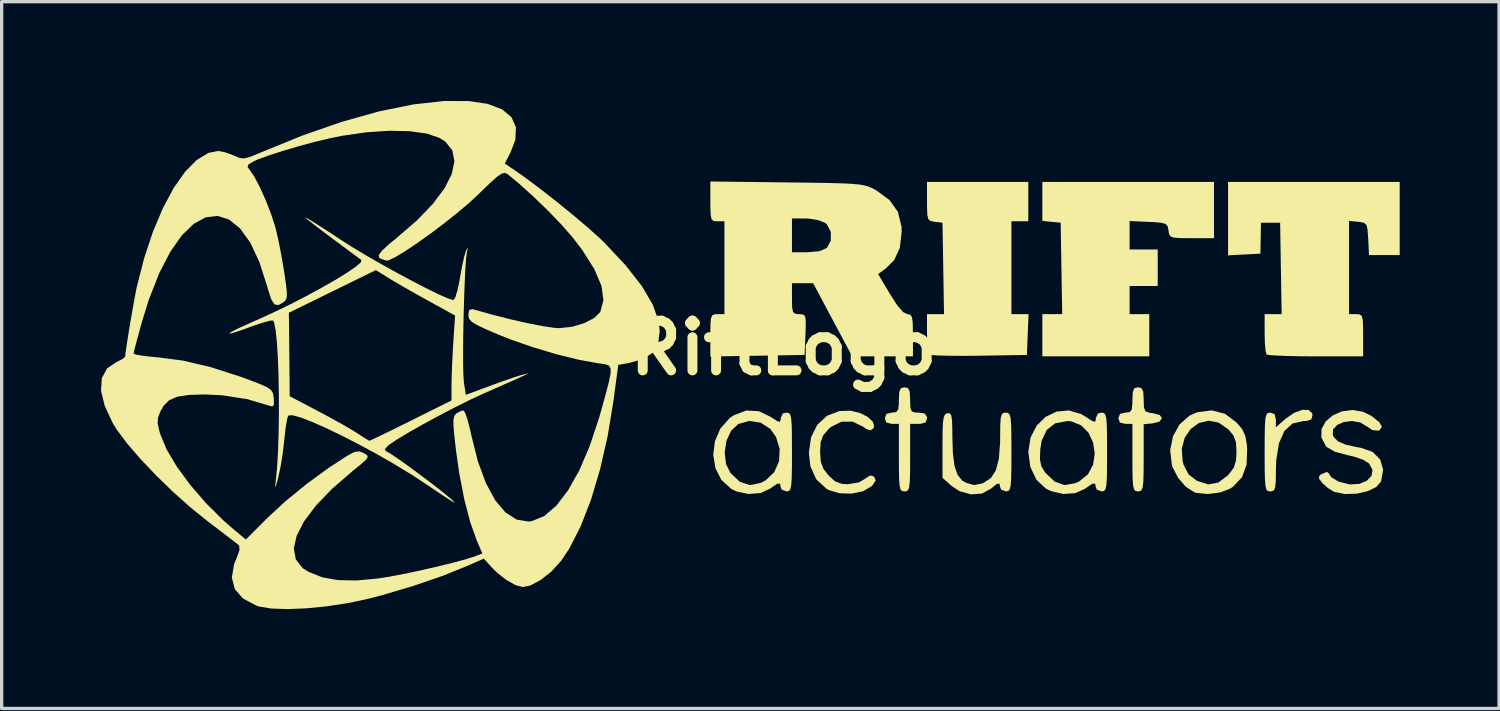
<source format=kicad_pcb>
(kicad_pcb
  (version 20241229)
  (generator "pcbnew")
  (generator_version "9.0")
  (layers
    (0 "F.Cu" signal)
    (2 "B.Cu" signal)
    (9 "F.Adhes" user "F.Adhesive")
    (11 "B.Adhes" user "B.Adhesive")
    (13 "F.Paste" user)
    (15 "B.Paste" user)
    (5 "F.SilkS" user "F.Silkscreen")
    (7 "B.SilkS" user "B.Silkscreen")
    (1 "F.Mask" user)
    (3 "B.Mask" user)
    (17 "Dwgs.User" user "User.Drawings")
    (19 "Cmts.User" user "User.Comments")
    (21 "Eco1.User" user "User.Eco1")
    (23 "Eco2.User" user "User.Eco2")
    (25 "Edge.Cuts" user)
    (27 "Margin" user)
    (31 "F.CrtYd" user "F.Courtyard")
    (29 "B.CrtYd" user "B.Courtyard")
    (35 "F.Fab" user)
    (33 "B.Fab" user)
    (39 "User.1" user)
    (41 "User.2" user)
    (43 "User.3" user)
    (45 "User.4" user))
  (footprint "RiftLogo"
    (layer "F.Cu")
    (at 20.606 7.454)
    (property "Reference" "RiftLogo" (at 0 0 0) (layer "F.SilkS") (effects (font (size 1.5 1.5) (thickness 0.3))))
    (attr board_only exclude_from_pos_files exclude_from_bom)
    (fp_poly (pts (xy 7.391 -4.417) (xy 7.391 -3.823) (xy 7.136 -3.823) (xy 6.881 -3.823) (xy 6.881 -2.421) (xy 6.881 -1.019) (xy 7.14 -1.019) (xy 7.398 -1.019) (xy 7.373 -0.404) (xy 7.348 0.212) (xy 5.899 0.236) (xy 5.419 0.24) (xy 4.999 0.237) (xy 4.668 0.229) (xy 4.456 0.215) (xy 4.391 0.2) (xy 4.362 0.091) (xy 4.341 -0.138) (xy 4.332 -0.438) (xy 4.332 -0.439) (xy 4.332 -1.019) (xy 4.589 -1.019) (xy 4.846 -1.019) (xy 4.823 -2.4) (xy 4.8 -3.78) (xy 4.566 -3.807) (xy 4.444 -3.829) (xy 4.374 -3.885) (xy 4.342 -4.014) (xy 4.333 -4.255) (xy 4.332 -4.423) (xy 4.332 -5.012) (xy 5.862 -5.012) (xy 7.391 -5.012)) (stroke (width 0) (type solid)) (fill yes) (layer "F.SilkS"))
    (fp_poly (pts (xy 15.852 1.874) (xy 15.959 1.971) (xy 15.971 2.039) (xy 15.935 2.158) (xy 15.799 2.205) (xy 15.688 2.209) (xy 15.366 2.284) (xy 15.122 2.508) (xy 14.959 2.879) (xy 14.876 3.393) (xy 14.866 3.701) (xy 14.862 4.025) (xy 14.844 4.214) (xy 14.801 4.305) (xy 14.725 4.332) (xy 14.696 4.332) (xy 14.629 4.324) (xy 14.582 4.28) (xy 14.553 4.175) (xy 14.536 3.982) (xy 14.528 3.677) (xy 14.526 3.232) (xy 14.526 3.143) (xy 14.528 2.673) (xy 14.534 2.346) (xy 14.549 2.137) (xy 14.576 2.019) (xy 14.62 1.967) (xy 14.684 1.954) (xy 14.696 1.954) (xy 14.828 2.001) (xy 14.866 2.168) (xy 14.866 2.175) (xy 14.866 2.396) (xy 15.167 2.133) (xy 15.418 1.959) (xy 15.659 1.871)) (stroke (width 0) (type solid)) (fill yes) (layer "F.SilkS"))
    (fp_poly (pts (xy 10.81 1.215) (xy 10.861 1.32) (xy 10.874 1.548) (xy 10.874 1.566) (xy 10.882 1.8) (xy 10.929 1.914) (xy 11.049 1.958) (xy 11.15 1.97) (xy 11.361 2.027) (xy 11.426 2.124) (xy 11.347 2.229) (xy 11.15 2.278) (xy 10.874 2.304) (xy 10.874 3.318) (xy 10.872 3.747) (xy 10.864 4.035) (xy 10.844 4.209) (xy 10.809 4.297) (xy 10.753 4.329) (xy 10.704 4.332) (xy 10.632 4.322) (xy 10.584 4.274) (xy 10.555 4.158) (xy 10.54 3.947) (xy 10.534 3.613) (xy 10.534 3.313) (xy 10.534 2.294) (xy 10.321 2.294) (xy 10.155 2.254) (xy 10.109 2.124) (xy 10.159 1.991) (xy 10.321 1.954) (xy 10.452 1.938) (xy 10.515 1.86) (xy 10.533 1.675) (xy 10.534 1.572) (xy 10.545 1.333) (xy 10.591 1.22) (xy 10.691 1.189) (xy 10.704 1.189)) (stroke (width 0) (type solid)) (fill yes) (layer "F.SilkS"))
    (fp_poly (pts (xy 3.759 1.214) (xy 3.809 1.318) (xy 3.823 1.544) (xy 3.823 1.572) (xy 3.83 1.807) (xy 3.873 1.918) (xy 3.981 1.952) (xy 4.078 1.954) (xy 4.264 1.981) (xy 4.33 2.08) (xy 4.332 2.124) (xy 4.292 2.248) (xy 4.143 2.292) (xy 4.078 2.294) (xy 3.823 2.294) (xy 3.823 3.313) (xy 3.821 3.743) (xy 3.813 4.032) (xy 3.794 4.207) (xy 3.759 4.297) (xy 3.703 4.329) (xy 3.653 4.332) (xy 3.581 4.322) (xy 3.533 4.274) (xy 3.504 4.158) (xy 3.489 3.947) (xy 3.484 3.613) (xy 3.483 3.313) (xy 3.483 2.294) (xy 3.271 2.294) (xy 3.104 2.254) (xy 3.058 2.124) (xy 3.108 1.991) (xy 3.271 1.954) (xy 3.402 1.938) (xy 3.464 1.86) (xy 3.482 1.675) (xy 3.483 1.572) (xy 3.494 1.333) (xy 3.54 1.22) (xy 3.641 1.189) (xy 3.653 1.189)) (stroke (width 0) (type solid)) (fill yes) (layer "F.SilkS"))
    (fp_poly (pts (xy 12.997 -4.163) (xy 12.997 -3.313) (xy 12.323 -3.313) (xy 11.988 -3.315) (xy 11.786 -3.329) (xy 11.682 -3.368) (xy 11.638 -3.443) (xy 11.623 -3.547) (xy 11.599 -3.671) (xy 11.538 -3.743) (xy 11.401 -3.78) (xy 11.147 -3.8) (xy 11.022 -3.805) (xy 10.449 -3.831) (xy 10.449 -3.402) (xy 10.449 -2.973) (xy 10.874 -2.973) (xy 11.298 -2.973) (xy 11.298 -2.421) (xy 11.298 -1.869) (xy 10.874 -1.869) (xy 10.449 -1.869) (xy 10.449 -1.444) (xy 10.449 -1.019) (xy 10.746 -1.019) (xy 11.043 -1.019) (xy 11.043 -0.382) (xy 11.043 0.255) (xy 9.429 0.255) (xy 7.815 0.255) (xy 7.815 -0.382) (xy 7.815 -1.019) (xy 8.115 -1.019) (xy 8.414 -1.019) (xy 8.391 -2.4) (xy 8.368 -3.78) (xy 8.091 -3.807) (xy 7.815 -3.834) (xy 7.815 -4.423) (xy 7.815 -5.012) (xy 10.406 -5.012) (xy 12.997 -5.012)) (stroke (width 0) (type solid)) (fill yes) (layer "F.SilkS"))
    (fp_poly (pts (xy 2.305 1.962) (xy 2.541 2.082) (xy 2.696 2.228) (xy 2.737 2.374) (xy 2.708 2.434) (xy 2.616 2.493) (xy 2.489 2.443) (xy 2.4 2.377) (xy 2.083 2.225) (xy 1.747 2.229) (xy 1.431 2.387) (xy 1.353 2.457) (xy 1.196 2.644) (xy 1.123 2.842) (xy 1.104 3.129) (xy 1.104 3.135) (xy 1.125 3.435) (xy 1.206 3.652) (xy 1.351 3.841) (xy 1.554 4.028) (xy 1.764 4.106) (xy 1.938 4.116) (xy 2.272 4.062) (xy 2.459 3.954) (xy 2.611 3.851) (xy 2.72 3.877) (xy 2.738 3.894) (xy 2.783 3.997) (xy 2.7 4.132) (xy 2.656 4.177) (xy 2.403 4.327) (xy 2.061 4.399) (xy 1.694 4.389) (xy 1.367 4.293) (xy 1.3 4.256) (xy 0.988 3.967) (xy 0.811 3.574) (xy 0.765 3.167) (xy 0.832 2.698) (xy 1.021 2.319) (xy 1.314 2.049) (xy 1.69 1.906) (xy 2.023 1.896)) (stroke (width 0) (type solid)) (fill yes) (layer "F.SilkS"))
    (fp_poly (pts (xy 18.604 -3.908) (xy 18.604 -2.803) (xy 18.141 -2.803) (xy 17.678 -2.803) (xy 17.653 -3.292) (xy 17.634 -3.567) (xy 17.598 -3.715) (xy 17.519 -3.78) (xy 17.372 -3.805) (xy 17.351 -3.807) (xy 17.075 -3.834) (xy 17.075 -2.426) (xy 17.075 -1.019) (xy 17.287 -1.019) (xy 17.395 -1.011) (xy 17.459 -0.964) (xy 17.489 -0.841) (xy 17.499 -0.606) (xy 17.5 -0.382) (xy 17.5 0.255) (xy 16.07 0.255) (xy 15.593 0.252) (xy 15.177 0.243) (xy 14.851 0.229) (xy 14.643 0.212) (xy 14.583 0.198) (xy 14.555 0.09) (xy 14.534 -0.138) (xy 14.526 -0.437) (xy 14.526 -0.439) (xy 14.526 -1.019) (xy 14.783 -1.019) (xy 15.04 -1.019) (xy 15.017 -2.4) (xy 14.994 -3.78) (xy 14.704 -3.78) (xy 14.415 -3.78) (xy 14.407 -3.313) (xy 14.399 -2.846) (xy 13.911 -2.82) (xy 13.422 -2.795) (xy 13.422 -3.903) (xy 13.422 -5.012) (xy 16.013 -5.012) (xy 18.604 -5.012)) (stroke (width 0) (type solid)) (fill yes) (layer "F.SilkS"))
    (fp_poly (pts (xy 13.327 1.989) (xy 13.677 2.251) (xy 13.85 2.455) (xy 13.944 2.658) (xy 13.99 2.934) (xy 13.999 3.044) (xy 13.981 3.528) (xy 13.843 3.903) (xy 13.577 4.187) (xy 13.482 4.251) (xy 13.176 4.366) (xy 12.806 4.411) (xy 12.464 4.377) (xy 12.403 4.358) (xy 12.145 4.192) (xy 11.91 3.918) (xy 11.744 3.594) (xy 11.725 3.532) (xy 11.674 3.09) (xy 11.684 3.043) (xy 12.024 3.043) (xy 12.051 3.422) (xy 12.081 3.53) (xy 12.232 3.822) (xy 12.485 4.014) (xy 12.488 4.016) (xy 12.824 4.121) (xy 13.125 4.067) (xy 13.415 3.849) (xy 13.443 3.818) (xy 13.594 3.617) (xy 13.663 3.397) (xy 13.677 3.135) (xy 13.659 2.846) (xy 13.587 2.647) (xy 13.432 2.46) (xy 13.429 2.457) (xy 13.133 2.254) (xy 12.829 2.198) (xy 12.541 2.268) (xy 12.294 2.446) (xy 12.114 2.71) (xy 12.024 3.043) (xy 11.684 3.043) (xy 11.758 2.67) (xy 11.958 2.31) (xy 12.258 2.045) (xy 12.484 1.945) (xy 12.929 1.886)) (stroke (width 0) (type solid)) (fill yes) (layer "F.SilkS"))
    (fp_poly (pts (xy 6.778 1.963) (xy 6.825 2.007) (xy 6.855 2.112) (xy 6.872 2.304) (xy 6.879 2.61) (xy 6.881 3.055) (xy 6.881 3.143) (xy 6.88 3.614) (xy 6.873 3.941) (xy 6.858 4.15) (xy 6.831 4.267) (xy 6.787 4.32) (xy 6.724 4.332) (xy 6.711 4.332) (xy 6.573 4.279) (xy 6.541 4.205) (xy 6.518 4.095) (xy 6.434 4.109) (xy 6.267 4.247) (xy 5.992 4.397) (xy 5.657 4.422) (xy 5.316 4.327) (xy 5.077 4.17) (xy 4.8 3.922) (xy 4.8 2.961) (xy 4.802 2.54) (xy 4.814 2.26) (xy 4.838 2.092) (xy 4.879 2.006) (xy 4.942 1.972) (xy 4.948 1.971) (xy 5.021 1.974) (xy 5.066 2.04) (xy 5.089 2.2) (xy 5.097 2.486) (xy 5.097 2.648) (xy 5.113 3.181) (xy 5.164 3.57) (xy 5.258 3.838) (xy 5.4 4.009) (xy 5.523 4.078) (xy 5.756 4.14) (xy 5.981 4.097) (xy 6.042 4.073) (xy 6.261 3.929) (xy 6.412 3.693) (xy 6.502 3.344) (xy 6.539 2.859) (xy 6.541 2.679) (xy 6.544 2.327) (xy 6.559 2.112) (xy 6.593 2) (xy 6.654 1.959) (xy 6.711 1.954)) (stroke (width 0) (type solid)) (fill yes) (layer "F.SilkS"))
    (fp_poly (pts (xy 17.5 1.929) (xy 17.748 2.052) (xy 17.987 2.242) (xy 18.069 2.382) (xy 17.998 2.48) (xy 17.957 2.498) (xy 17.779 2.482) (xy 17.624 2.376) (xy 17.411 2.25) (xy 17.163 2.207) (xy 16.918 2.237) (xy 16.715 2.326) (xy 16.591 2.462) (xy 16.586 2.634) (xy 16.617 2.697) (xy 16.745 2.824) (xy 16.968 2.92) (xy 17.319 2.998) (xy 17.441 3.018) (xy 17.788 3.141) (xy 18.014 3.369) (xy 18.104 3.675) (xy 18.042 4.031) (xy 17.895 4.201) (xy 17.63 4.328) (xy 17.299 4.402) (xy 16.95 4.412) (xy 16.634 4.347) (xy 16.608 4.337) (xy 16.423 4.221) (xy 16.271 4.082) (xy 16.165 3.942) (xy 16.178 3.858) (xy 16.229 3.819) (xy 16.404 3.743) (xy 16.478 3.799) (xy 16.48 3.827) (xy 16.551 3.913) (xy 16.728 4.018) (xy 16.795 4.048) (xy 17.099 4.123) (xy 17.379 4.106) (xy 17.606 4.015) (xy 17.751 3.868) (xy 17.783 3.684) (xy 17.683 3.493) (xy 17.514 3.384) (xy 17.233 3.284) (xy 17.032 3.238) (xy 16.643 3.133) (xy 16.401 2.993) (xy 16.374 2.964) (xy 16.238 2.701) (xy 16.245 2.448) (xy 16.369 2.22) (xy 16.583 2.037) (xy 16.861 1.916) (xy 17.175 1.874)) (stroke (width 0) (type solid)) (fill yes) (layer "F.SilkS"))
    (fp_poly (pts (xy -0.744 1.911) (xy -0.394 2.079) (xy -0.203 2.203) (xy -0.113 2.233) (xy -0.086 2.176) (xy -0.085 2.121) (xy -0.024 1.981) (xy 0.085 1.954) (xy 0.152 1.963) (xy 0.199 2.007) (xy 0.229 2.112) (xy 0.246 2.304) (xy 0.253 2.61) (xy 0.255 3.055) (xy 0.255 3.143) (xy 0.254 3.614) (xy 0.247 3.941) (xy 0.232 4.15) (xy 0.205 4.267) (xy 0.161 4.32) (xy 0.098 4.332) (xy 0.085 4.332) (xy -0.053 4.279) (xy -0.085 4.205) (xy -0.107 4.098) (xy -0.192 4.102) (xy -0.367 4.221) (xy -0.402 4.247) (xy -0.695 4.382) (xy -1.055 4.411) (xy -1.417 4.335) (xy -1.578 4.257) (xy -1.876 3.985) (xy -2.057 3.629) (xy -2.121 3.227) (xy -2.113 3.162) (xy -1.777 3.162) (xy -1.735 3.508) (xy -1.602 3.776) (xy -1.318 4.043) (xy -1.016 4.143) (xy -0.687 4.076) (xy -0.54 3.999) (xy -0.277 3.748) (xy -0.134 3.417) (xy -0.116 3.05) (xy -0.226 2.69) (xy -0.4 2.445) (xy -0.689 2.257) (xy -1.032 2.205) (xy -1.364 2.296) (xy -1.583 2.502) (xy -1.724 2.808) (xy -1.777 3.162) (xy -2.113 3.162) (xy -2.071 2.817) (xy -1.908 2.437) (xy -1.632 2.125) (xy -1.509 2.038) (xy -1.126 1.89)) (stroke (width 0) (type solid)) (fill yes) (layer "F.SilkS"))
    (fp_poly (pts (xy 8.99 1.999) (xy 9.111 2.071) (xy 9.305 2.198) (xy 9.399 2.232) (xy 9.428 2.179) (xy 9.429 2.121) (xy 9.491 1.981) (xy 9.599 1.954) (xy 9.667 1.963) (xy 9.713 2.007) (xy 9.743 2.112) (xy 9.76 2.304) (xy 9.767 2.61) (xy 9.769 3.055) (xy 9.769 3.143) (xy 9.768 3.614) (xy 9.762 3.941) (xy 9.747 4.15) (xy 9.719 4.267) (xy 9.676 4.32) (xy 9.612 4.332) (xy 9.599 4.332) (xy 9.461 4.279) (xy 9.429 4.205) (xy 9.407 4.098) (xy 9.322 4.102) (xy 9.147 4.221) (xy 9.113 4.247) (xy 8.814 4.384) (xy 8.449 4.41) (xy 8.079 4.326) (xy 7.916 4.245) (xy 7.633 3.976) (xy 7.452 3.594) (xy 7.421 3.365) (xy 7.741 3.365) (xy 7.782 3.568) (xy 7.889 3.747) (xy 7.904 3.766) (xy 8.186 4.037) (xy 8.483 4.141) (xy 8.811 4.084) (xy 8.931 4.029) (xy 9.195 3.813) (xy 9.348 3.522) (xy 9.396 3.192) (xy 9.347 2.86) (xy 9.209 2.563) (xy 8.987 2.337) (xy 8.69 2.218) (xy 8.569 2.209) (xy 8.205 2.275) (xy 7.946 2.476) (xy 7.792 2.809) (xy 7.752 3.065) (xy 7.741 3.365) (xy 7.421 3.365) (xy 7.391 3.142) (xy 7.458 2.708) (xy 7.643 2.348) (xy 7.916 2.08) (xy 8.25 1.921) (xy 8.617 1.888)) (stroke (width 0) (type solid)) (fill yes) (layer "F.SilkS"))
    (fp_poly (pts (xy 0.106 -4.997) (xy 0.794 -4.988) (xy 1.333 -4.98) (xy 1.747 -4.969) (xy 2.056 -4.954) (xy 2.284 -4.934) (xy 2.451 -4.905) (xy 2.579 -4.866) (xy 2.692 -4.816) (xy 2.8 -4.757) (xy 3.203 -4.462) (xy 3.453 -4.107) (xy 3.561 -3.671) (xy 3.568 -3.509) (xy 3.512 -3.023) (xy 3.34 -2.649) (xy 3.087 -2.398) (xy 2.856 -2.23) (xy 3.216 -1.625) (xy 3.438 -1.28) (xy 3.61 -1.082) (xy 3.742 -1.019) (xy 3.827 -1.003) (xy 3.877 -0.932) (xy 3.9 -0.77) (xy 3.907 -0.483) (xy 3.908 -0.382) (xy 3.908 0.255) (xy 2.99 0.255) (xy 2.073 0.255) (xy 1.483 -0.849) (xy 0.894 -1.954) (xy 0.574 -1.954) (xy 0.255 -1.954) (xy 0.255 -1.487) (xy 0.26 -1.219) (xy 0.289 -1.08) (xy 0.361 -1.027) (xy 0.471 -1.019) (xy 0.582 -1.012) (xy 0.645 -0.967) (xy 0.67 -0.848) (xy 0.67 -0.617) (xy 0.662 -0.404) (xy 0.637 0.212) (xy -0.786 0.236) (xy -2.209 0.259) (xy -2.209 -0.38) (xy -2.206 -0.705) (xy -2.19 -0.895) (xy -2.149 -0.988) (xy -2.072 -1.017) (xy -1.996 -1.019) (xy -1.784 -1.019) (xy -1.784 -2.421) (xy -1.784 -3.823) (xy -1.996 -3.823) (xy -2.107 -3.831) (xy -2.17 -3.882) (xy -2.176 -3.908) (xy 0.255 -3.908) (xy 0.255 -3.398) (xy 0.255 -2.888) (xy 0.716 -2.888) (xy 1.087 -2.92) (xy 1.303 -3.015) (xy 1.311 -3.022) (xy 1.429 -3.244) (xy 1.428 -3.503) (xy 1.313 -3.725) (xy 1.255 -3.775) (xy 1.047 -3.859) (xy 0.756 -3.905) (xy 0.661 -3.908) (xy 0.255 -3.908) (xy -2.176 -3.908) (xy -2.2 -4.011) (xy -2.208 -4.255) (xy -2.209 -4.423) (xy -2.209 -5.024)) (stroke (width 0) (type solid)) (fill yes) (layer "F.SilkS"))
    (fp_poly (pts (xy -14.375 -3.911) (xy -14.192 -3.799) (xy -13.916 -3.623) (xy -13.571 -3.399) (xy -13.372 -3.267) (xy -13.016 -3.041) (xy -12.592 -2.787) (xy -12.128 -2.52) (xy -11.649 -2.255) (xy -11.183 -2.006) (xy -10.756 -1.786) (xy -10.394 -1.609) (xy -10.123 -1.491) (xy -9.97 -1.444) (xy -9.964 -1.444) (xy -9.911 -1.522) (xy -9.847 -1.727) (xy -9.785 -2.02) (xy -9.772 -2.098) (xy -9.711 -2.436) (xy -9.648 -2.726) (xy -9.594 -2.911) (xy -9.588 -2.926) (xy -9.537 -3.03) (xy -9.538 -2.982) (xy -9.559 -2.888) (xy -9.583 -2.705) (xy -9.606 -2.385) (xy -9.626 -1.963) (xy -9.644 -1.472) (xy -9.659 -0.946) (xy -9.669 -0.418) (xy -9.674 0.078) (xy -9.673 0.509) (xy -9.665 0.84) (xy -9.65 1.034) (xy -9.593 1.418) (xy -8.853 1.143) (xy -8.5 1.015) (xy -8.185 0.906) (xy -7.959 0.832) (xy -7.9 0.816) (xy -7.688 0.764) (xy -7.9 0.864) (xy -8.061 0.938) (xy -8.338 1.061) (xy -8.69 1.217) (xy -9.035 1.369) (xy -9.445 1.558) (xy -9.914 1.791) (xy -10.409 2.049) (xy -10.892 2.311) (xy -11.33 2.56) (xy -11.687 2.775) (xy -11.927 2.938) (xy -11.935 2.945) (xy -12.037 3.059) (xy -12.007 3.115) (xy -11.881 3.185) (xy -11.667 3.328) (xy -11.391 3.522) (xy -11.081 3.749) (xy -10.762 3.987) (xy -10.462 4.218) (xy -10.206 4.42) (xy -10.023 4.574) (xy -9.938 4.659) (xy -9.941 4.67) (xy -10.023 4.624) (xy -10.215 4.501) (xy -10.486 4.32) (xy -10.759 4.135) (xy -11.219 3.833) (xy -11.727 3.523) (xy -12.26 3.217) (xy -12.798 2.925) (xy -13.32 2.656) (xy -13.805 2.423) (xy -14.231 2.234) (xy -14.579 2.1) (xy -14.826 2.033) (xy -14.951 2.042) (xy -14.958 2.05) (xy -14.993 2.175) (xy -15.033 2.421) (xy -15.069 2.737) (xy -15.074 2.792) (xy -15.121 3.19) (xy -15.187 3.598) (xy -15.254 3.908) (xy -15.317 4.139) (xy -15.346 4.21) (xy -15.343 4.128) (xy -15.332 4.035) (xy -15.292 3.626) (xy -15.262 3.13) (xy -15.244 2.575) (xy -15.235 1.986) (xy -15.237 1.391) (xy -15.248 0.816) (xy -15.268 0.287) (xy -15.296 -0.169) (xy -15.333 -0.526) (xy -15.377 -0.757) (xy -15.411 -0.828) (xy -15.506 -0.821) (xy -15.716 -0.764) (xy -16.001 -0.669) (xy -16.057 -0.648) (xy -16.436 -0.513) (xy -16.662 -0.443) (xy -16.736 -0.436) (xy -16.66 -0.49) (xy -16.436 -0.602) (xy -16.067 -0.77) (xy -15.917 -0.835) (xy -15.427 -1.057) (xy -15.416 -1.062) (xy -14.934 -1.062) (xy -14.921 0.199) (xy -14.909 1.459) (xy -14.034 1.919) (xy -13.65 2.125) (xy -13.289 2.325) (xy -12.998 2.495) (xy -12.846 2.591) (xy -12.651 2.719) (xy -12.522 2.795) (xy -12.5 2.803) (xy -12.416 2.767) (xy -12.207 2.668) (xy -11.899 2.518) (xy -11.518 2.33) (xy -11.245 2.195) (xy -10.024 1.586) (xy -10.024 1.112) (xy -10.017 0.805) (xy -10.001 0.401) (xy -9.979 -0.029) (xy -9.97 -0.17) (xy -9.916 -0.977) (xy -10.756 -1.44) (xy -11.138 -1.653) (xy -11.504 -1.861) (xy -11.804 -2.037) (xy -11.951 -2.126) (xy -12.306 -2.35) (xy -13.62 -1.706) (xy -14.934 -1.062) (xy -15.416 -1.062) (xy -14.922 -1.301) (xy -14.423 -1.557) (xy -13.952 -1.812) (xy -13.529 -2.054) (xy -13.176 -2.272) (xy -12.913 -2.452) (xy -12.762 -2.582) (xy -12.742 -2.65) (xy -12.823 -2.711) (xy -13.013 -2.851) (xy -13.283 -3.052) (xy -13.605 -3.291) (xy -13.613 -3.297) (xy -13.932 -3.536) (xy -14.194 -3.737) (xy -14.372 -3.879) (xy -14.441 -3.943) (xy -14.441 -3.944)) (stroke (width 0) (type solid)) (fill yes) (layer "F.SilkS"))
    (fp_poly (pts (xy -9.507 -7.453) (xy -8.932 -7.368) (xy -8.5 -7.204) (xy -8.214 -6.967) (xy -8.079 -6.659) (xy -8.096 -6.284) (xy -8.243 -5.901) (xy -8.416 -5.564) (xy -8.222 -5.437) (xy -7.829 -5.164) (xy -7.362 -4.815) (xy -6.859 -4.423) (xy -6.361 -4.018) (xy -5.906 -3.633) (xy -5.534 -3.299) (xy -5.408 -3.177) (xy -4.765 -2.492) (xy -4.278 -1.868) (xy -3.947 -1.306) (xy -3.77 -0.803) (xy -3.738 -0.507) (xy -3.786 -0.131) (xy -3.943 0.141) (xy -4.226 0.33) (xy -4.654 0.452) (xy -4.682 0.458) (xy -4.989 0.513) (xy -5.133 1.588) (xy -5.309 2.66) (xy -5.538 3.665) (xy -5.812 4.582) (xy -6.125 5.388) (xy -6.469 6.061) (xy -6.712 6.425) (xy -7.005 6.749) (xy -7.333 7.009) (xy -7.651 7.175) (xy -7.876 7.22) (xy -8.096 7.16) (xy -8.374 7.002) (xy -8.657 6.779) (xy -8.814 6.622) (xy -9.047 6.361) (xy -9.521 6.571) (xy -10.292 6.882) (xy -11.173 7.185) (xy -12.104 7.461) (xy -12.53 7.572) (xy -13.146 7.704) (xy -13.783 7.801) (xy -14.406 7.863) (xy -14.979 7.886) (xy -15.468 7.868) (xy -15.838 7.807) (xy -15.915 7.782) (xy -16.318 7.567) (xy -16.566 7.285) (xy -16.657 6.938) (xy -16.589 6.532) (xy -16.507 6.331) (xy -16.425 6.102) (xy -16.436 5.966) (xy -16.443 5.959) (xy -16.538 5.884) (xy -16.74 5.727) (xy -17.02 5.513) (xy -17.35 5.262) (xy -17.386 5.235) (xy -17.902 4.819) (xy -18.431 4.347) (xy -18.945 3.848) (xy -19.418 3.35) (xy -19.823 2.88) (xy -20.131 2.468) (xy -20.248 2.279) (xy -20.495 1.748) (xy -20.606 1.289) (xy -20.581 0.909) (xy -20.421 0.617) (xy -20.137 0.426) (xy -19.961 0.339) (xy -19.879 0.27) (xy -19.878 0.266) (xy -19.868 0.172) (xy -19.623 0.172) (xy -19.545 0.204) (xy -19.337 0.239) (xy -19.038 0.272) (xy -18.923 0.281) (xy -18.144 0.381) (xy -17.311 0.575) (xy -16.391 0.871) (xy -16.183 0.947) (xy -15.829 1.082) (xy -15.604 1.181) (xy -15.477 1.267) (xy -15.417 1.363) (xy -15.394 1.49) (xy -15.391 1.519) (xy -15.385 1.709) (xy -15.43 1.768) (xy -15.518 1.747) (xy -16.194 1.546) (xy -16.95 1.43) (xy -17.465 1.405) (xy -17.951 1.419) (xy -18.3 1.472) (xy -18.545 1.578) (xy -18.716 1.747) (xy -18.811 1.913) (xy -18.884 2.099) (xy -18.896 2.271) (xy -18.847 2.502) (xy -18.816 2.607) (xy -18.625 3.066) (xy -18.316 3.587) (xy -17.912 4.137) (xy -17.438 4.686) (xy -16.917 5.203) (xy -16.655 5.433) (xy -16.234 5.785) (xy -15.565 5.116) (xy -15.027 4.621) (xy -14.394 4.105) (xy -13.724 3.616) (xy -13.167 3.253) (xy -12.956 3.141) (xy -12.807 3.124) (xy -12.671 3.178) (xy -12.578 3.235) (xy -12.552 3.294) (xy -12.612 3.382) (xy -12.772 3.524) (xy -13.01 3.717) (xy -13.629 4.253) (xy -14.119 4.762) (xy -14.477 5.238) (xy -14.7 5.673) (xy -14.784 6.057) (xy -14.725 6.385) (xy -14.52 6.647) (xy -14.348 6.758) (xy -13.93 6.925) (xy -13.459 7.011) (xy -12.899 7.022) (xy -12.269 6.965) (xy -11.918 6.911) (xy -11.471 6.826) (xy -10.972 6.721) (xy -10.465 6.605) (xy -9.992 6.489) (xy -9.599 6.383) (xy -9.328 6.297) (xy -9.325 6.295) (xy -9.093 6.207) (xy -9.261 5.815) (xy -9.46 5.256) (xy -9.64 4.565) (xy -9.791 3.781) (xy -9.89 3.081) (xy -9.939 2.652) (xy -9.964 2.36) (xy -9.965 2.174) (xy -9.942 2.062) (xy -9.894 1.994) (xy -9.871 1.974) (xy -9.723 1.897) (xy -9.653 1.893) (xy -9.601 1.983) (xy -9.531 2.2) (xy -9.454 2.504) (xy -9.426 2.638) (xy -9.228 3.424) (xy -8.987 4.079) (xy -8.709 4.596) (xy -8.397 4.966) (xy -8.058 5.184) (xy -7.697 5.242) (xy -7.595 5.229) (xy -7.224 5.076) (xy -6.859 4.763) (xy -6.504 4.3) (xy -6.166 3.697) (xy -5.852 2.964) (xy -5.568 2.111) (xy -5.499 1.869) (xy -5.362 1.371) (xy -5.269 1.014) (xy -5.221 0.773) (xy -5.22 0.622) (xy -5.266 0.539) (xy -5.362 0.498) (xy -5.508 0.476) (xy -5.58 0.467) (xy -6.173 0.359) (xy -6.857 0.191) (xy -7.573 -0.023) (xy -8.261 -0.263) (xy -8.596 -0.396) (xy -8.991 -0.566) (xy -9.255 -0.691) (xy -9.412 -0.788) (xy -9.49 -0.875) (xy -9.514 -0.969) (xy -9.514 -0.995) (xy -9.492 -1.147) (xy -9.392 -1.17) (xy -9.323 -1.152) (xy -8.78 -1) (xy -8.231 -0.861) (xy -7.713 -0.743) (xy -7.262 -0.656) (xy -6.914 -0.605) (xy -6.766 -0.597) (xy -6.385 -0.638) (xy -6.02 -0.746) (xy -5.719 -0.901) (xy -5.535 -1.081) (xy -5.529 -1.092) (xy -5.437 -1.443) (xy -5.496 -1.87) (xy -5.707 -2.371) (xy -6.069 -2.946) (xy -6.357 -3.324) (xy -6.686 -3.702) (xy -7.102 -4.135) (xy -7.558 -4.575) (xy -8.004 -4.977) (xy -8.339 -5.252) (xy -8.414 -5.285) (xy -8.509 -5.263) (xy -8.647 -5.169) (xy -8.852 -4.987) (xy -9.148 -4.701) (xy -9.204 -4.645) (xy -9.497 -4.374) (xy -9.856 -4.071) (xy -10.254 -3.755) (xy -10.666 -3.445) (xy -11.066 -3.16) (xy -11.426 -2.919) (xy -11.721 -2.741) (xy -11.926 -2.644) (xy -11.982 -2.633) (xy -12.159 -2.69) (xy -12.209 -2.728) (xy -12.218 -2.807) (xy -12.12 -2.939) (xy -11.902 -3.139) (xy -11.695 -3.308) (xy -11.077 -3.84) (xy -10.588 -4.347) (xy -10.233 -4.821) (xy -10.015 -5.253) (xy -9.936 -5.638) (xy -10 -5.965) (xy -10.211 -6.228) (xy -10.384 -6.339) (xy -10.77 -6.471) (xy -11.287 -6.543) (xy -11.903 -6.556) (xy -12.591 -6.51) (xy -13.32 -6.405) (xy -13.719 -6.324) (xy -14.164 -6.217) (xy -14.642 -6.088) (xy -15.111 -5.949) (xy -15.529 -5.815) (xy -15.853 -5.697) (xy -15.999 -5.633) (xy -16.157 -5.538) (xy -16.18 -5.459) (xy -16.11 -5.366) (xy -15.975 -5.166) (xy -15.81 -4.851) (xy -15.638 -4.469) (xy -15.48 -4.067) (xy -15.356 -3.692) (xy -15.334 -3.61) (xy -15.258 -3.286) (xy -15.175 -2.869) (xy -15.098 -2.432) (xy -15.076 -2.294) (xy -15.021 -1.917) (xy -14.995 -1.672) (xy -14.999 -1.524) (xy -15.035 -1.437) (xy -15.095 -1.38) (xy -15.251 -1.293) (xy -15.368 -1.314) (xy -15.464 -1.461) (xy -15.561 -1.753) (xy -15.586 -1.848) (xy -15.826 -2.596) (xy -16.102 -3.182) (xy -16.409 -3.608) (xy -16.74 -3.875) (xy -17.088 -3.986) (xy -17.446 -3.942) (xy -17.808 -3.745) (xy -18.167 -3.397) (xy -18.516 -2.9) (xy -18.849 -2.256) (xy -19.159 -1.467) (xy -19.371 -0.784) (xy -19.473 -0.416) (xy -19.555 -0.109) (xy -19.608 0.099) (xy -19.623 0.172) (xy -19.868 0.172) (xy -19.864 0.136) (xy -19.826 -0.119) (xy -19.773 -0.457) (xy -19.71 -0.835) (xy -19.645 -1.211) (xy -19.585 -1.543) (xy -19.537 -1.789) (xy -19.529 -1.826) (xy -19.305 -2.705) (xy -19.039 -3.506) (xy -18.739 -4.217) (xy -18.414 -4.825) (xy -18.071 -5.314) (xy -17.718 -5.673) (xy -17.364 -5.888) (xy -17.071 -5.946) (xy -16.872 -5.91) (xy -16.627 -5.822) (xy -16.598 -5.809) (xy -16.434 -5.739) (xy -16.297 -5.72) (xy -16.132 -5.757) (xy -15.884 -5.856) (xy -15.778 -5.902) (xy -14.524 -6.413) (xy -13.331 -6.827) (xy -12.212 -7.141) (xy -11.181 -7.351) (xy -10.251 -7.454)) (stroke (width 0) (type solid)) (fill yes) (layer "F.SilkS")))
  (gr_rect
    (start -3 -3)
    (end 42.21 18.34)
    (stroke (width 0.1) (type default))
    (fill no)
    (layer "Edge.Cuts")))
</source>
